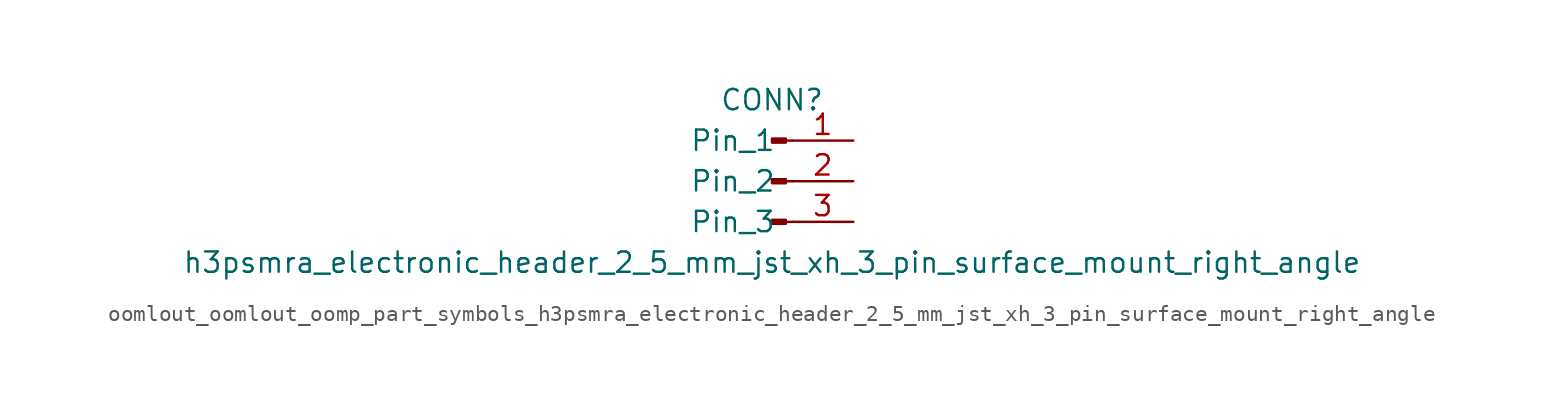
<source format=kicad_sym>
(kicad_symbol_lib
  (version 20220914)
  (generator kicad_symbol_editor)
  (symbol "oomlout_oomlout_oomp_part_symbols_h3psmra_electronic_header_2_5_mm_jst_xh_3_pin_surface_mount_right_angle"
    (pin_names
      (offset 1.016))
    (property "Reference" "CONN"
      (at 0 5.08 0)
      (effects (font (size 1.27 1.27))))
    (property "Value" "h3psmra_electronic_header_2_5_mm_jst_xh_3_pin_surface_mount_right_angle"
      (at 0 -5.08 0)
      (effects (font (size 1.27 1.27))))
    (property "ki_locked" ""
      (at 0 0 0)
      (effects (font (size 1.27 1.27))))
    (symbol "oomlout_oomlout_oomp_part_symbols_h3psmra_electronic_header_2_5_mm_jst_xh_3_pin_surface_mount_right_angle_1_1"
      (polyline (pts (xy 1.27 -2.54) (xy 0.864 -2.54)) (stroke (width 0.152) (type default)) (fill (type none)))
      (polyline (pts (xy 1.27 0) (xy 0.864 0)) (stroke (width 0.152) (type default)) (fill (type none)))
      (polyline (pts (xy 1.27 2.54) (xy 0.864 2.54)) (stroke (width 0.152) (type default)) (fill (type none)))
      (rectangle (start 0.864 -2.413) (end 0 -2.667) (stroke (width 0.152) (type default)) (fill (type outline)))
      (rectangle (start 0.864 0.127) (end 0 -0.127) (stroke (width 0.152) (type default)) (fill (type outline)))
      (rectangle (start 0.864 2.667) (end 0 2.413) (stroke (width 0.152) (type default)) (fill (type outline)))
      (pin passive line (at 5.08 2.54 180) (length 3.81) (name "Pin_1" (effects (font (size 1.27 1.27)))) (number "1" (effects (font (size 1.27 1.27)))))
      (pin passive line (at 5.08 0 180) (length 3.81) (name "Pin_2" (effects (font (size 1.27 1.27)))) (number "2" (effects (font (size 1.27 1.27)))))
      (pin passive line (at 5.08 -2.54 180) (length 3.81) (name "Pin_3" (effects (font (size 1.27 1.27)))) (number "3" (effects (font (size 1.27 1.27))))))))
</source>
